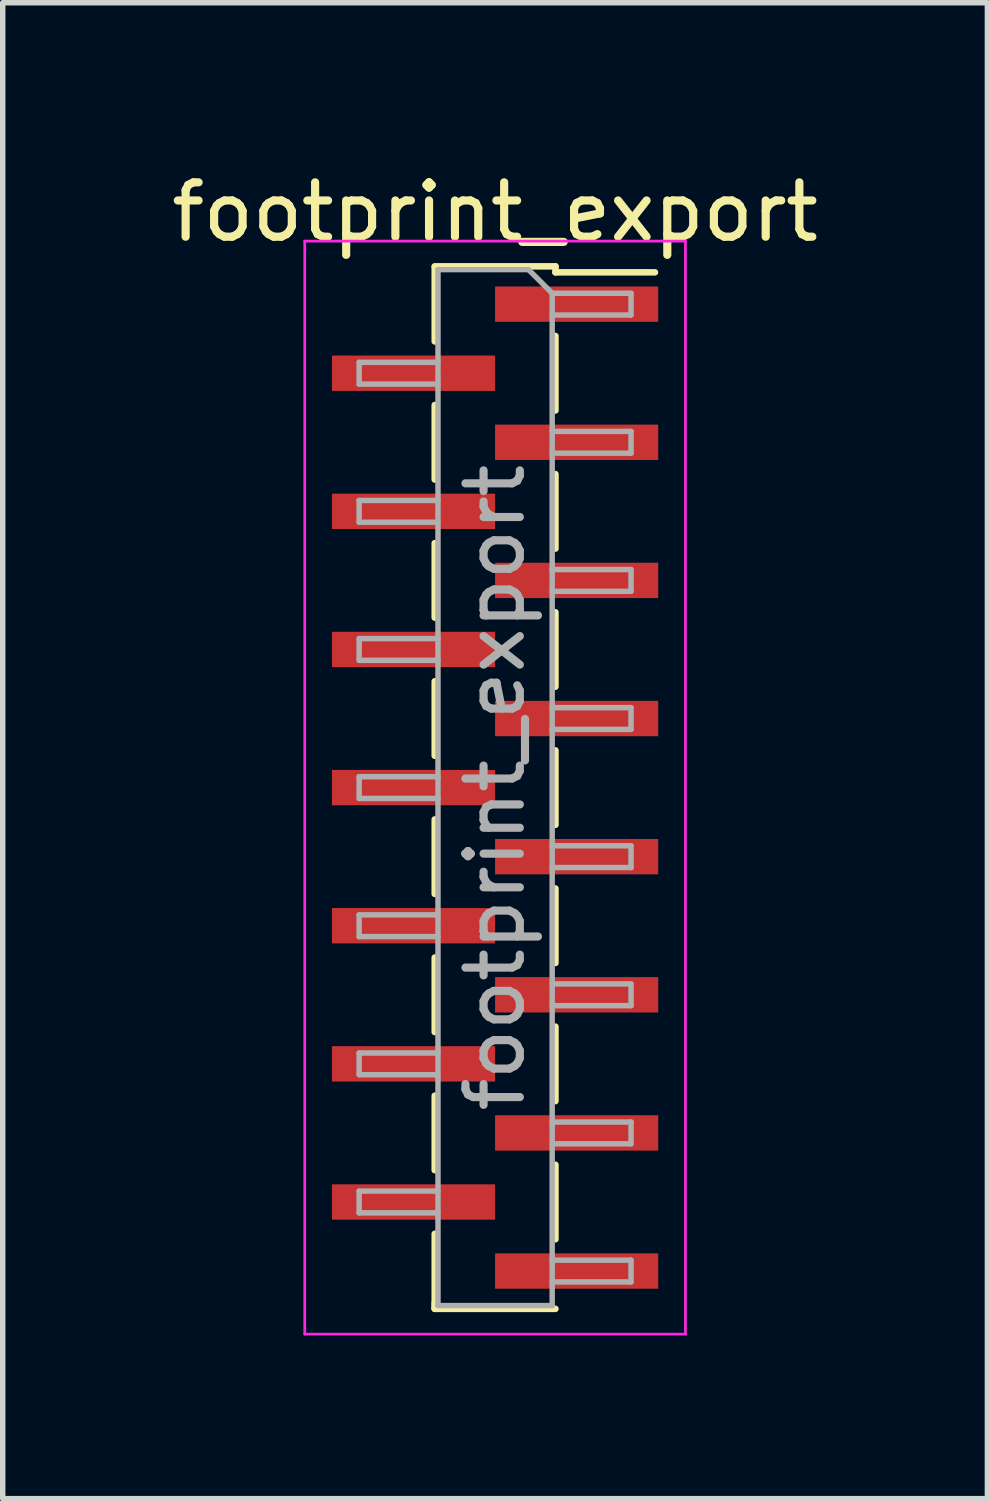
<source format=kicad_pcb>
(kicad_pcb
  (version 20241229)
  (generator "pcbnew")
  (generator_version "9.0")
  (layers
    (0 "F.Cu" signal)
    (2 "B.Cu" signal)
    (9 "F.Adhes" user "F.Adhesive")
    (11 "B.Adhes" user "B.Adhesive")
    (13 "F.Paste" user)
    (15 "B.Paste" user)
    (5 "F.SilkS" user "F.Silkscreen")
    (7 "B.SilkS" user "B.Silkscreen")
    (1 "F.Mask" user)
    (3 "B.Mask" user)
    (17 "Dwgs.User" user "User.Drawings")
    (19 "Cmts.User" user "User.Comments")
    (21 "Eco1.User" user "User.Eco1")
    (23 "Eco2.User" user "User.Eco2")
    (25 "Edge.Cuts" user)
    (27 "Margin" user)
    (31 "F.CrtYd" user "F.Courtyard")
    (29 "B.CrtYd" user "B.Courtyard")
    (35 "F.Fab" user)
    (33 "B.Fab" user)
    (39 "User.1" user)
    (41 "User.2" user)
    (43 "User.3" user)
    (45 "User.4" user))
  (footprint "footprint_export"
    (layer "F.Cu")
    (at 6.054 11.433)
    (property "Reference" "footprint_export" (at 0 -10.585 0) (layer "F.SilkS") (effects (font (size 1 1) (thickness 0.15))))
    (attr smd)
    (fp_line (start -1.11 -9.585) (end 1.11 -9.585) (stroke (width 0.12) (type solid)) (layer "F.SilkS"))
    (fp_line (start -1.11 -9.575) (end -1.11 -8.205) (stroke (width 0.12) (type solid)) (layer "F.SilkS"))
    (fp_line (start -1.11 -7.035) (end -1.11 -5.665) (stroke (width 0.12) (type solid)) (layer "F.SilkS"))
    (fp_line (start -1.11 -4.495) (end -1.11 -3.125) (stroke (width 0.12) (type solid)) (layer "F.SilkS"))
    (fp_line (start -1.11 -1.955) (end -1.11 -0.585) (stroke (width 0.12) (type solid)) (layer "F.SilkS"))
    (fp_line (start -1.11 0.585) (end -1.11 1.955) (stroke (width 0.12) (type solid)) (layer "F.SilkS"))
    (fp_line (start -1.11 3.125) (end -1.11 4.495) (stroke (width 0.12) (type solid)) (layer "F.SilkS"))
    (fp_line (start -1.11 5.665) (end -1.11 7.035) (stroke (width 0.12) (type solid)) (layer "F.SilkS"))
    (fp_line (start -1.11 8.205) (end -1.11 9.575) (stroke (width 0.12) (type solid)) (layer "F.SilkS"))
    (fp_line (start -1.11 9.475) (end -1.11 9.585) (stroke (width 0.12) (type solid)) (layer "F.SilkS"))
    (fp_line (start -1.11 9.585) (end 1.11 9.585) (stroke (width 0.12) (type solid)) (layer "F.SilkS"))
    (fp_line (start 1.11 -9.585) (end 1.11 -9.475) (stroke (width 0.12) (type solid)) (layer "F.SilkS"))
    (fp_line (start 1.11 -9.475) (end 2.94 -9.475) (stroke (width 0.12) (type solid)) (layer "F.SilkS"))
    (fp_line (start 1.11 -8.305) (end 1.11 -6.935) (stroke (width 0.12) (type solid)) (layer "F.SilkS"))
    (fp_line (start 1.11 -5.765) (end 1.11 -4.395) (stroke (width 0.12) (type solid)) (layer "F.SilkS"))
    (fp_line (start 1.11 -3.225) (end 1.11 -1.855) (stroke (width 0.12) (type solid)) (layer "F.SilkS"))
    (fp_line (start 1.11 -0.685) (end 1.11 0.685) (stroke (width 0.12) (type solid)) (layer "F.SilkS"))
    (fp_line (start 1.11 1.855) (end 1.11 3.225) (stroke (width 0.12) (type solid)) (layer "F.SilkS"))
    (fp_line (start 1.11 4.395) (end 1.11 5.765) (stroke (width 0.12) (type solid)) (layer "F.SilkS"))
    (fp_line (start 1.11 6.935) (end 1.11 8.305) (stroke (width 0.12) (type solid)) (layer "F.SilkS"))
    (fp_line (start -3.5 -10.05) (end -3.5 10.05) (stroke (width 0.05) (type solid)) (layer "F.CrtYd"))
    (fp_line (start -3.5 10.05) (end 3.5 10.05) (stroke (width 0.05) (type solid)) (layer "F.CrtYd"))
    (fp_line (start 3.5 -10.05) (end -3.5 -10.05) (stroke (width 0.05) (type solid)) (layer "F.CrtYd"))
    (fp_line (start 3.5 10.05) (end 3.5 -10.05) (stroke (width 0.05) (type solid)) (layer "F.CrtYd"))
    (fp_line (start -2.5 -7.82) (end -2.5 -7.42) (stroke (width 0.1) (type solid)) (layer "F.Fab"))
    (fp_line (start -2.5 -7.42) (end -1.05 -7.42) (stroke (width 0.1) (type solid)) (layer "F.Fab"))
    (fp_line (start -2.5 -5.28) (end -2.5 -4.88) (stroke (width 0.1) (type solid)) (layer "F.Fab"))
    (fp_line (start -2.5 -4.88) (end -1.05 -4.88) (stroke (width 0.1) (type solid)) (layer "F.Fab"))
    (fp_line (start -2.5 -2.74) (end -2.5 -2.34) (stroke (width 0.1) (type solid)) (layer "F.Fab"))
    (fp_line (start -2.5 -2.34) (end -1.05 -2.34) (stroke (width 0.1) (type solid)) (layer "F.Fab"))
    (fp_line (start -2.5 -0.2) (end -2.5 0.2) (stroke (width 0.1) (type solid)) (layer "F.Fab"))
    (fp_line (start -2.5 0.2) (end -1.05 0.2) (stroke (width 0.1) (type solid)) (layer "F.Fab"))
    (fp_line (start -2.5 2.34) (end -2.5 2.74) (stroke (width 0.1) (type solid)) (layer "F.Fab"))
    (fp_line (start -2.5 2.74) (end -1.05 2.74) (stroke (width 0.1) (type solid)) (layer "F.Fab"))
    (fp_line (start -2.5 4.88) (end -2.5 5.28) (stroke (width 0.1) (type solid)) (layer "F.Fab"))
    (fp_line (start -2.5 5.28) (end -1.05 5.28) (stroke (width 0.1) (type solid)) (layer "F.Fab"))
    (fp_line (start -2.5 7.42) (end -2.5 7.82) (stroke (width 0.1) (type solid)) (layer "F.Fab"))
    (fp_line (start -2.5 7.82) (end -1.05 7.82) (stroke (width 0.1) (type solid)) (layer "F.Fab"))
    (fp_line (start -1.05 -9.525) (end -1.05 9.525) (stroke (width 0.1) (type solid)) (layer "F.Fab"))
    (fp_line (start -1.05 -9.525) (end 0.615 -9.525) (stroke (width 0.1) (type solid)) (layer "F.Fab"))
    (fp_line (start -1.05 -7.82) (end -2.5 -7.82) (stroke (width 0.1) (type solid)) (layer "F.Fab"))
    (fp_line (start -1.05 -5.28) (end -2.5 -5.28) (stroke (width 0.1) (type solid)) (layer "F.Fab"))
    (fp_line (start -1.05 -2.74) (end -2.5 -2.74) (stroke (width 0.1) (type solid)) (layer "F.Fab"))
    (fp_line (start -1.05 -0.2) (end -2.5 -0.2) (stroke (width 0.1) (type solid)) (layer "F.Fab"))
    (fp_line (start -1.05 2.34) (end -2.5 2.34) (stroke (width 0.1) (type solid)) (layer "F.Fab"))
    (fp_line (start -1.05 4.88) (end -2.5 4.88) (stroke (width 0.1) (type solid)) (layer "F.Fab"))
    (fp_line (start -1.05 7.42) (end -2.5 7.42) (stroke (width 0.1) (type solid)) (layer "F.Fab"))
    (fp_line (start 1.05 -9.09) (end 0.615 -9.525) (stroke (width 0.1) (type solid)) (layer "F.Fab"))
    (fp_line (start 1.05 -9.09) (end 2.5 -9.09) (stroke (width 0.1) (type solid)) (layer "F.Fab"))
    (fp_line (start 1.05 -6.55) (end 2.5 -6.55) (stroke (width 0.1) (type solid)) (layer "F.Fab"))
    (fp_line (start 1.05 -4.01) (end 2.5 -4.01) (stroke (width 0.1) (type solid)) (layer "F.Fab"))
    (fp_line (start 1.05 -1.47) (end 2.5 -1.47) (stroke (width 0.1) (type solid)) (layer "F.Fab"))
    (fp_line (start 1.05 1.07) (end 2.5 1.07) (stroke (width 0.1) (type solid)) (layer "F.Fab"))
    (fp_line (start 1.05 3.61) (end 2.5 3.61) (stroke (width 0.1) (type solid)) (layer "F.Fab"))
    (fp_line (start 1.05 6.15) (end 2.5 6.15) (stroke (width 0.1) (type solid)) (layer "F.Fab"))
    (fp_line (start 1.05 8.69) (end 2.5 8.69) (stroke (width 0.1) (type solid)) (layer "F.Fab"))
    (fp_line (start 1.05 9.525) (end -1.05 9.525) (stroke (width 0.1) (type solid)) (layer "F.Fab"))
    (fp_line (start 1.05 9.525) (end 1.05 -9.09) (stroke (width 0.1) (type solid)) (layer "F.Fab"))
    (fp_line (start 2.5 -9.09) (end 2.5 -8.69) (stroke (width 0.1) (type solid)) (layer "F.Fab"))
    (fp_line (start 2.5 -8.69) (end 1.05 -8.69) (stroke (width 0.1) (type solid)) (layer "F.Fab"))
    (fp_line (start 2.5 -6.55) (end 2.5 -6.15) (stroke (width 0.1) (type solid)) (layer "F.Fab"))
    (fp_line (start 2.5 -6.15) (end 1.05 -6.15) (stroke (width 0.1) (type solid)) (layer "F.Fab"))
    (fp_line (start 2.5 -4.01) (end 2.5 -3.61) (stroke (width 0.1) (type solid)) (layer "F.Fab"))
    (fp_line (start 2.5 -3.61) (end 1.05 -3.61) (stroke (width 0.1) (type solid)) (layer "F.Fab"))
    (fp_line (start 2.5 -1.47) (end 2.5 -1.07) (stroke (width 0.1) (type solid)) (layer "F.Fab"))
    (fp_line (start 2.5 -1.07) (end 1.05 -1.07) (stroke (width 0.1) (type solid)) (layer "F.Fab"))
    (fp_line (start 2.5 1.07) (end 2.5 1.47) (stroke (width 0.1) (type solid)) (layer "F.Fab"))
    (fp_line (start 2.5 1.47) (end 1.05 1.47) (stroke (width 0.1) (type solid)) (layer "F.Fab"))
    (fp_line (start 2.5 3.61) (end 2.5 4.01) (stroke (width 0.1) (type solid)) (layer "F.Fab"))
    (fp_line (start 2.5 4.01) (end 1.05 4.01) (stroke (width 0.1) (type solid)) (layer "F.Fab"))
    (fp_line (start 2.5 6.15) (end 2.5 6.55) (stroke (width 0.1) (type solid)) (layer "F.Fab"))
    (fp_line (start 2.5 6.55) (end 1.05 6.55) (stroke (width 0.1) (type solid)) (layer "F.Fab"))
    (fp_line (start 2.5 8.69) (end 2.5 9.09) (stroke (width 0.1) (type solid)) (layer "F.Fab"))
    (fp_line (start 2.5 9.09) (end 1.05 9.09) (stroke (width 0.1) (type solid)) (layer "F.Fab"))
    (fp_text user "${REFERENCE}" (at 0 0 90) (layer "F.Fab") (effects (font (size 1 1) (thickness 0.15))))
    (pad "1" smd rect (at 1.5 -8.89) (size 3 0.65) (layers "F.Cu" "F.Mask" "F.Paste"))
    (pad "2" smd rect (at -1.5 -7.62) (size 3 0.65) (layers "F.Cu" "F.Mask" "F.Paste"))
    (pad "3" smd rect (at 1.5 -6.35) (size 3 0.65) (layers "F.Cu" "F.Mask" "F.Paste"))
    (pad "4" smd rect (at -1.5 -5.08) (size 3 0.65) (layers "F.Cu" "F.Mask" "F.Paste"))
    (pad "5" smd rect (at 1.5 -3.81) (size 3 0.65) (layers "F.Cu" "F.Mask" "F.Paste"))
    (pad "6" smd rect (at -1.5 -2.54) (size 3 0.65) (layers "F.Cu" "F.Mask" "F.Paste"))
    (pad "7" smd rect (at 1.5 -1.27) (size 3 0.65) (layers "F.Cu" "F.Mask" "F.Paste"))
    (pad "8" smd rect (at -1.5 0) (size 3 0.65) (layers "F.Cu" "F.Mask" "F.Paste"))
    (pad "9" smd rect (at 1.5 1.27) (size 3 0.65) (layers "F.Cu" "F.Mask" "F.Paste"))
    (pad "10" smd rect (at -1.5 2.54) (size 3 0.65) (layers "F.Cu" "F.Mask" "F.Paste"))
    (pad "11" smd rect (at 1.5 3.81) (size 3 0.65) (layers "F.Cu" "F.Mask" "F.Paste"))
    (pad "12" smd rect (at -1.5 5.08) (size 3 0.65) (layers "F.Cu" "F.Mask" "F.Paste"))
    (pad "13" smd rect (at 1.5 6.35) (size 3 0.65) (layers "F.Cu" "F.Mask" "F.Paste"))
    (pad "14" smd rect (at -1.5 7.62) (size 3 0.65) (layers "F.Cu" "F.Mask" "F.Paste"))
    (pad "15" smd rect (at 1.5 8.89) (size 3 0.65) (layers "F.Cu" "F.Mask" "F.Paste")))
  (gr_rect
    (start -3 -3)
    (end 15.107 24.508)
    (stroke (width 0.1) (type default))
    (fill no)
    (layer "Edge.Cuts")))
</source>
